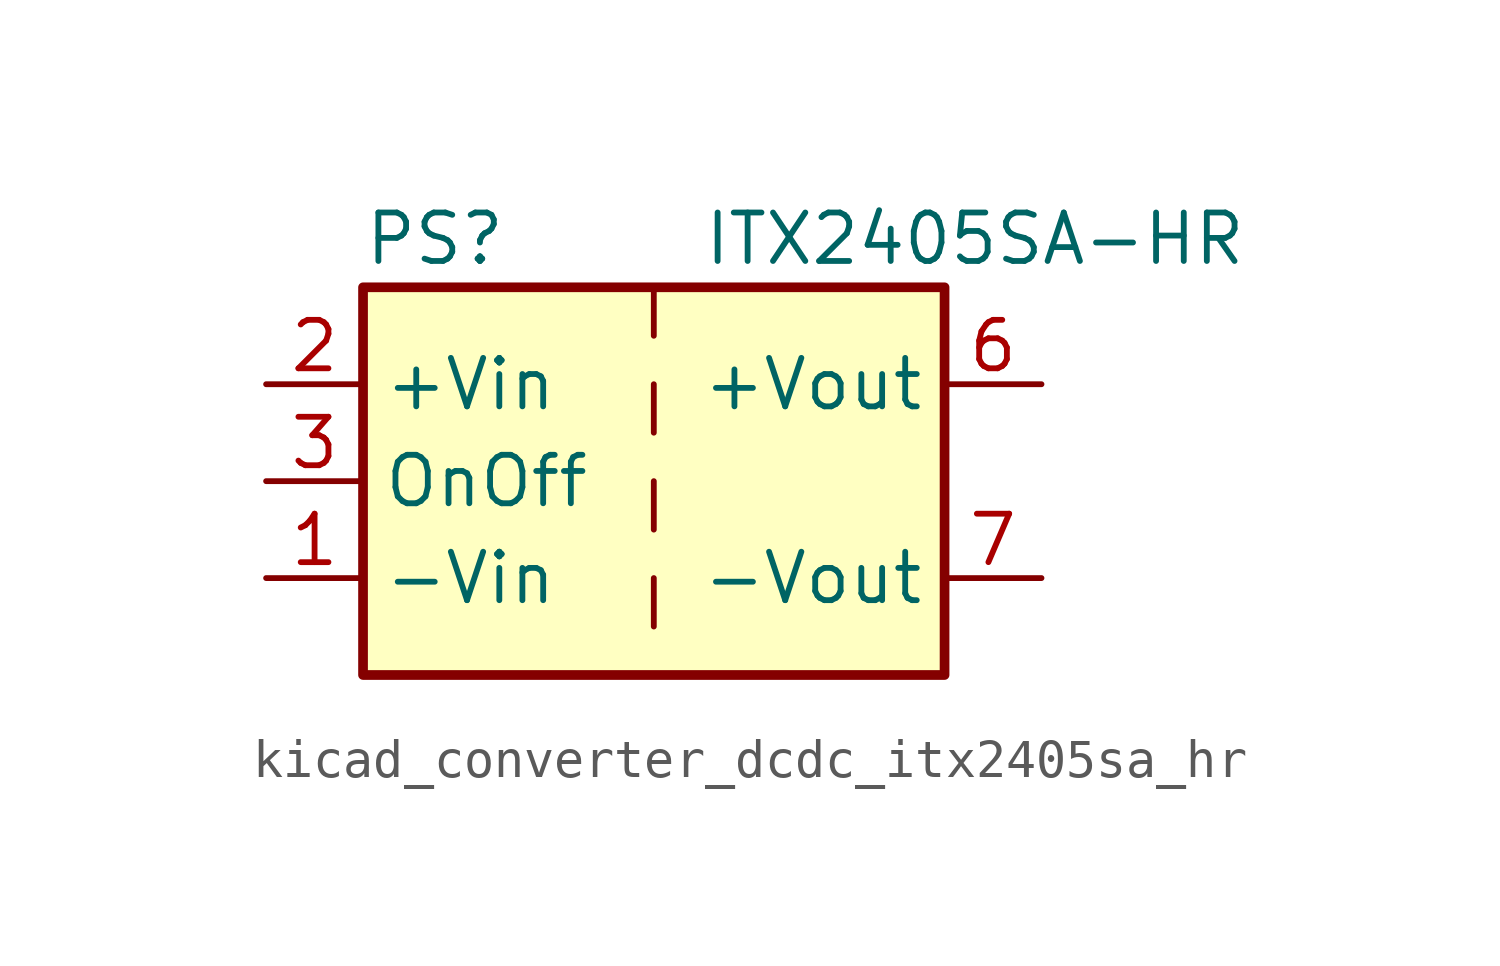
<source format=kicad_sym>
(kicad_symbol_lib
  (version 20220914)
  (generator kicad_symbol_editor)
  (symbol "kicad_converter_dcdc_itx2405sa_hr"
    (property "Reference" "PS"
      (at -7.62 6.35 0)
      (effects (font (size 1.27 1.27)) (justify left)))
    (property "Value" "ITX2405SA-HR"
      (at 1.27 6.35 0)
      (effects (font (size 1.27 1.27)) (justify left)))
    (symbol "kicad_converter_dcdc_itx2405sa_hr_0_0"
      (pin power_in line (at -10.16 -2.54 0) (length 2.54) (name "-Vin" (effects (font (size 1.27 1.27)))) (number "1" (effects (font (size 1.27 1.27)))))
      (pin power_in line (at -10.16 2.54 0) (length 2.54) (name "+Vin" (effects (font (size 1.27 1.27)))) (number "2" (effects (font (size 1.27 1.27)))))
      (pin input line (at -10.16 0 0) (length 2.54) (name "OnOff" (effects (font (size 1.27 1.27)))) (number "3" (effects (font (size 1.27 1.27)))))
      (pin no_connect line (at 0 5.08 270) (length 2.54) hide (name "NC" (effects (font (size 1.27 1.27)))) (number "5" (effects (font (size 1.27 1.27)))))
      (pin power_out line (at 10.16 2.54 180) (length 2.54) (name "+Vout" (effects (font (size 1.27 1.27)))) (number "6" (effects (font (size 1.27 1.27)))))
      (pin power_out line (at 10.16 -2.54 180) (length 2.54) (name "-Vout" (effects (font (size 1.27 1.27)))) (number "7" (effects (font (size 1.27 1.27)))))
      (pin no_connect line (at 7.62 0 180) (length 2.54) hide (name "NC" (effects (font (size 1.27 1.27)))) (number "8" (effects (font (size 1.27 1.27))))))
    (symbol "kicad_converter_dcdc_itx2405sa_hr_0_1"
      (rectangle (start -7.62 5.08) (end 7.62 -5.08) (stroke (width 0.254) (type default)) (fill (type background)))
      (polyline (pts (xy 0 -2.54) (xy 0 -3.81)) (stroke (width 0) (type default)) (fill (type none)))
      (polyline (pts (xy 0 0) (xy 0 -1.27)) (stroke (width 0) (type default)) (fill (type none)))
      (polyline (pts (xy 0 2.54) (xy 0 1.27)) (stroke (width 0) (type default)) (fill (type none)))
      (polyline (pts (xy 0 5.08) (xy 0 3.81)) (stroke (width 0) (type default)) (fill (type none))))))
</source>
